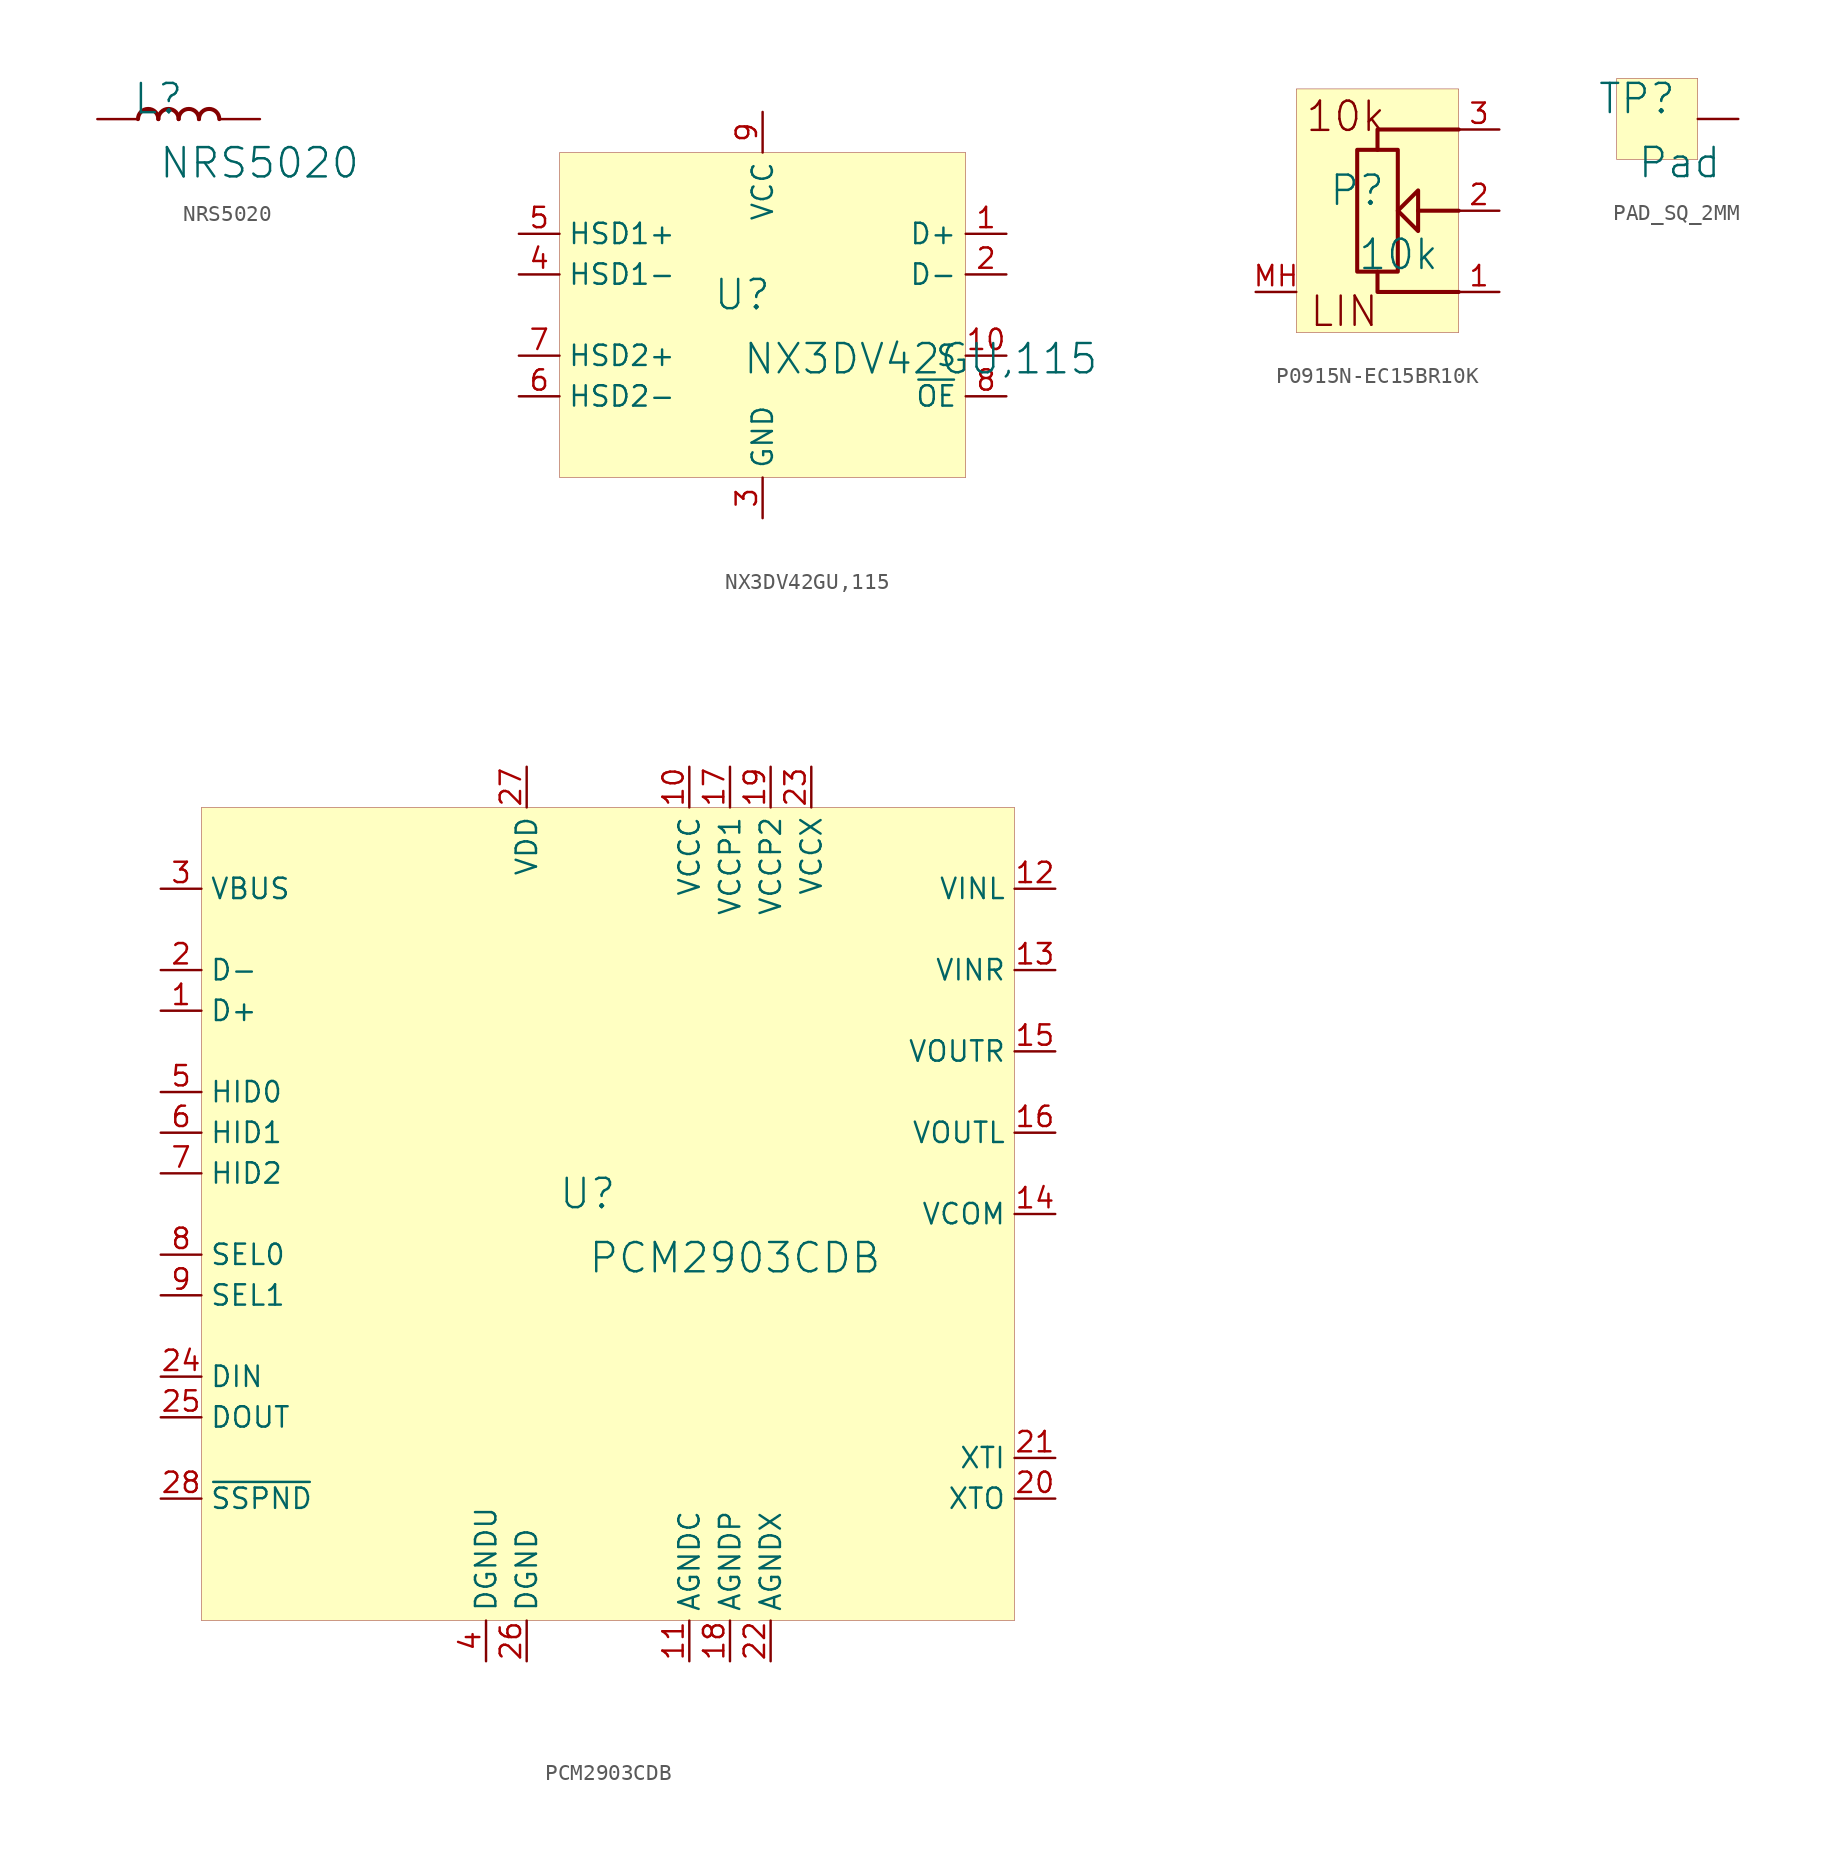
<source format=kicad_sym>
(kicad_symbol_lib
  (version 20231120)
  (generator "kicad_symbol_editor")
  (generator_version "8.0")
  (symbol "NRS5020"
    (property "Reference" "L"
      (at -1.27 1.27 0)
      (effects (font (size 1.829 1.829))))
    (property "Value" "NRS5020"
      (at -1.27 -3.81 0)
      (effects (font (size 1.829 1.829)) (justify left bottom)))
    (symbol "NRS5020_1_0"
      (arc (start -1.27 0) (mid -1.905 0.635) (end -2.54 0) (stroke (width 0.254) (type solid)) (fill (type none)))
      (arc (start 0 0) (mid -0.635 0.635) (end -1.27 0) (stroke (width 0.254) (type solid)) (fill (type none)))
      (arc (start 1.27 0) (mid 0.635 0.635) (end 0 0) (stroke (width 0.254) (type solid)) (fill (type none)))
      (arc (start 2.54 0) (mid 1.905 0.635) (end 1.27 0) (stroke (width 0.254) (type solid)) (fill (type none)))
      (pin passive line (at -5.08 0 0) (length 2.54) (name "1" (effects (font (size 0 0)))) (number "1" (effects (font (size 0 0)))))
      (pin passive line (at 5.08 0 180) (length 2.54) (name "2" (effects (font (size 0 0)))) (number "2" (effects (font (size 0 0)))))))
  (symbol "NX3DV42GU,115"
    (property "Reference" "U"
      (at -1.27 1.27 0)
      (effects (font (size 1.829 1.829))))
    (property "Value" "NX3DV42GU,115"
      (at -1.27 -3.81 0)
      (effects (font (size 1.829 1.829)) (justify left bottom)))
    (symbol "NX3DV42GU,115_1_0"
      (rectangle (start 12.7 10.16) (end -12.7 -10.16) (stroke (width 0.025) (type solid) (color 128 0 0 1)) (fill (type background)))
      (pin passive line (at 15.24 5.08 180) (length 2.54) (name "D+" (effects (font (size 1.27 1.27)))) (number "1" (effects (font (size 1.27 1.27)))))
      (pin passive line (at 15.24 -2.54 180) (length 2.54) (name "S" (effects (font (size 1.27 1.27)))) (number "10" (effects (font (size 1.27 1.27)))))
      (pin passive line (at 15.24 2.54 180) (length 2.54) (name "D-" (effects (font (size 1.27 1.27)))) (number "2" (effects (font (size 1.27 1.27)))))
      (pin passive line (at 0 -12.7 90) (length 2.54) (name "GND" (effects (font (size 1.27 1.27)))) (number "3" (effects (font (size 1.27 1.27)))))
      (pin passive line (at -15.24 2.54 0) (length 2.54) (name "HSD1-" (effects (font (size 1.27 1.27)))) (number "4" (effects (font (size 1.27 1.27)))))
      (pin passive line (at -15.24 5.08 0) (length 2.54) (name "HSD1+" (effects (font (size 1.27 1.27)))) (number "5" (effects (font (size 1.27 1.27)))))
      (pin passive line (at -15.24 -5.08 0) (length 2.54) (name "HSD2-" (effects (font (size 1.27 1.27)))) (number "6" (effects (font (size 1.27 1.27)))))
      (pin passive line (at -15.24 -2.54 0) (length 2.54) (name "HSD2+" (effects (font (size 1.27 1.27)))) (number "7" (effects (font (size 1.27 1.27)))))
      (pin passive line (at 15.24 -5.08 180) (length 2.54) (name "~{OE}" (effects (font (size 1.27 1.27)))) (number "8" (effects (font (size 1.27 1.27)))))
      (pin passive line (at 0 12.7 270) (length 2.54) (name "VCC" (effects (font (size 1.27 1.27)))) (number "9" (effects (font (size 1.27 1.27)))))))
  (symbol "P0915N-EC15BR10K"
    (property "Reference" "P"
      (at -1.27 1.27 0)
      (effects (font (size 1.829 1.829))))
    (property "Value" "10k"
      (at -1.27 -3.81 0)
      (effects (font (size 1.829 1.829)) (justify left bottom)))
    (symbol "P0915N-EC15BR10K_1_0"
      (polyline (pts (xy 5.08 0) (xy 2.54 0)) (stroke (width 0.254) (type solid)) (fill (type none)))
      (polyline (pts (xy 5.08 -5.08) (xy 0 -5.08) (xy 0 -3.81)) (stroke (width 0.254) (type solid)) (fill (type none)))
      (polyline (pts (xy 5.08 5.08) (xy 0 5.08) (xy 0 3.81)) (stroke (width 0.254) (type solid)) (fill (type none)))
      (polyline (pts (xy -1.27 3.81) (xy 1.27 3.81) (xy 1.27 -3.81) (xy -1.27 -3.81) (xy -1.27 3.81)) (stroke (width 0.254) (type solid)) (fill (type none)))
      (polyline (pts (xy 2.54 0) (xy 2.54 1.27) (xy 1.27 0) (xy 2.54 -1.27) (xy 2.54 0)) (stroke (width 0.254) (type solid)) (fill (type none)))
      (rectangle (start 5.08 7.62) (end -5.08 -7.62) (stroke (width 0.025) (type solid) (color 128 0 0 1)) (fill (type background)))
      (text "10k" (at -4.572 4.826 0) (effects (font (size 1.829 1.829)) (justify left bottom)))
      (text "LIN" (at -4.318 -7.366 0) (effects (font (size 1.829 1.829)) (justify left bottom)))
      (pin passive line (at 7.62 -5.08 180) (length 2.54) (name "1" (effects (font (size 0 0)))) (number "1" (effects (font (size 1.27 1.27)))))
      (pin passive line (at 7.62 0 180) (length 2.54) (name "2" (effects (font (size 0 0)))) (number "2" (effects (font (size 1.27 1.27)))))
      (pin passive line (at 7.62 5.08 180) (length 2.54) (name "3" (effects (font (size 0 0)))) (number "3" (effects (font (size 1.27 1.27)))))
      (pin passive line (at -7.62 -5.08 0) (length 2.54) (name "MH" (effects (font (size 0 0)))) (number "MH" (effects (font (size 1.27 1.27)))))))
  (symbol "PAD_SQ_2MM"
    (property "Reference" "TP"
      (at -1.27 1.27 0)
      (effects (font (size 1.829 1.829))))
    (property "Value" "Pad"
      (at -1.27 -3.81 0)
      (effects (font (size 1.829 1.829)) (justify left bottom)))
    (symbol "PAD_SQ_2MM_1_0"
      (rectangle (start 2.54 2.54) (end -2.54 -2.54) (stroke (width 0.025) (type solid) (color 128 0 0 1)) (fill (type background)))
      (pin passive line (at 5.08 0 180) (length 2.54) (name "1" (effects (font (size 0 0)))) (number "1" (effects (font (size 0 0)))))))
  (symbol "PCM2903CDB"
    (property "Reference" "U"
      (at -1.27 1.27 0)
      (effects (font (size 1.829 1.829))))
    (property "Value" "PCM2903CDB"
      (at -1.27 -3.81 0)
      (effects (font (size 1.829 1.829)) (justify left bottom)))
    (symbol "PCM2903CDB_1_0"
      (rectangle (start 25.4 25.4) (end -25.4 -25.4) (stroke (width 0.025) (type solid) (color 128 0 0 1)) (fill (type background)))
      (pin passive line (at -27.94 12.7 0) (length 2.54) (name "D+" (effects (font (size 1.27 1.27)))) (number "1" (effects (font (size 1.27 1.27)))))
      (pin passive line (at 5.08 27.94 270) (length 2.54) (name "VCCC" (effects (font (size 1.27 1.27)))) (number "10" (effects (font (size 1.27 1.27)))))
      (pin passive line (at 5.08 -27.94 90) (length 2.54) (name "AGNDC" (effects (font (size 1.27 1.27)))) (number "11" (effects (font (size 1.27 1.27)))))
      (pin passive line (at 27.94 20.32 180) (length 2.54) (name "VINL" (effects (font (size 1.27 1.27)))) (number "12" (effects (font (size 1.27 1.27)))))
      (pin passive line (at 27.94 15.24 180) (length 2.54) (name "VINR" (effects (font (size 1.27 1.27)))) (number "13" (effects (font (size 1.27 1.27)))))
      (pin passive line (at 27.94 0 180) (length 2.54) (name "VCOM" (effects (font (size 1.27 1.27)))) (number "14" (effects (font (size 1.27 1.27)))))
      (pin passive line (at 27.94 10.16 180) (length 2.54) (name "VOUTR" (effects (font (size 1.27 1.27)))) (number "15" (effects (font (size 1.27 1.27)))))
      (pin passive line (at 27.94 5.08 180) (length 2.54) (name "VOUTL" (effects (font (size 1.27 1.27)))) (number "16" (effects (font (size 1.27 1.27)))))
      (pin passive line (at 7.62 27.94 270) (length 2.54) (name "VCCP1" (effects (font (size 1.27 1.27)))) (number "17" (effects (font (size 1.27 1.27)))))
      (pin passive line (at 7.62 -27.94 90) (length 2.54) (name "AGNDP" (effects (font (size 1.27 1.27)))) (number "18" (effects (font (size 1.27 1.27)))))
      (pin passive line (at 10.16 27.94 270) (length 2.54) (name "VCCP2" (effects (font (size 1.27 1.27)))) (number "19" (effects (font (size 1.27 1.27)))))
      (pin passive line (at -27.94 15.24 0) (length 2.54) (name "D-" (effects (font (size 1.27 1.27)))) (number "2" (effects (font (size 1.27 1.27)))))
      (pin passive line (at 27.94 -17.78 180) (length 2.54) (name "XTO" (effects (font (size 1.27 1.27)))) (number "20" (effects (font (size 1.27 1.27)))))
      (pin passive line (at 27.94 -15.24 180) (length 2.54) (name "XTI" (effects (font (size 1.27 1.27)))) (number "21" (effects (font (size 1.27 1.27)))))
      (pin passive line (at 10.16 -27.94 90) (length 2.54) (name "AGNDX" (effects (font (size 1.27 1.27)))) (number "22" (effects (font (size 1.27 1.27)))))
      (pin passive line (at 12.7 27.94 270) (length 2.54) (name "VCCX" (effects (font (size 1.27 1.27)))) (number "23" (effects (font (size 1.27 1.27)))))
      (pin passive line (at -27.94 -10.16 0) (length 2.54) (name "DIN" (effects (font (size 1.27 1.27)))) (number "24" (effects (font (size 1.27 1.27)))))
      (pin passive line (at -27.94 -12.7 0) (length 2.54) (name "DOUT" (effects (font (size 1.27 1.27)))) (number "25" (effects (font (size 1.27 1.27)))))
      (pin passive line (at -5.08 -27.94 90) (length 2.54) (name "DGND" (effects (font (size 1.27 1.27)))) (number "26" (effects (font (size 1.27 1.27)))))
      (pin passive line (at -5.08 27.94 270) (length 2.54) (name "VDD" (effects (font (size 1.27 1.27)))) (number "27" (effects (font (size 1.27 1.27)))))
      (pin passive line (at -27.94 -17.78 0) (length 2.54) (name "~{SSPND}" (effects (font (size 1.27 1.27)))) (number "28" (effects (font (size 1.27 1.27)))))
      (pin passive line (at -27.94 20.32 0) (length 2.54) (name "VBUS" (effects (font (size 1.27 1.27)))) (number "3" (effects (font (size 1.27 1.27)))))
      (pin passive line (at -7.62 -27.94 90) (length 2.54) (name "DGNDU" (effects (font (size 1.27 1.27)))) (number "4" (effects (font (size 1.27 1.27)))))
      (pin passive line (at -27.94 7.62 0) (length 2.54) (name "HID0" (effects (font (size 1.27 1.27)))) (number "5" (effects (font (size 1.27 1.27)))))
      (pin passive line (at -27.94 5.08 0) (length 2.54) (name "HID1" (effects (font (size 1.27 1.27)))) (number "6" (effects (font (size 1.27 1.27)))))
      (pin passive line (at -27.94 2.54 0) (length 2.54) (name "HID2" (effects (font (size 1.27 1.27)))) (number "7" (effects (font (size 1.27 1.27)))))
      (pin passive line (at -27.94 -2.54 0) (length 2.54) (name "SEL0" (effects (font (size 1.27 1.27)))) (number "8" (effects (font (size 1.27 1.27)))))
      (pin passive line (at -27.94 -5.08 0) (length 2.54) (name "SEL1" (effects (font (size 1.27 1.27)))) (number "9" (effects (font (size 1.27 1.27))))))))
</source>
